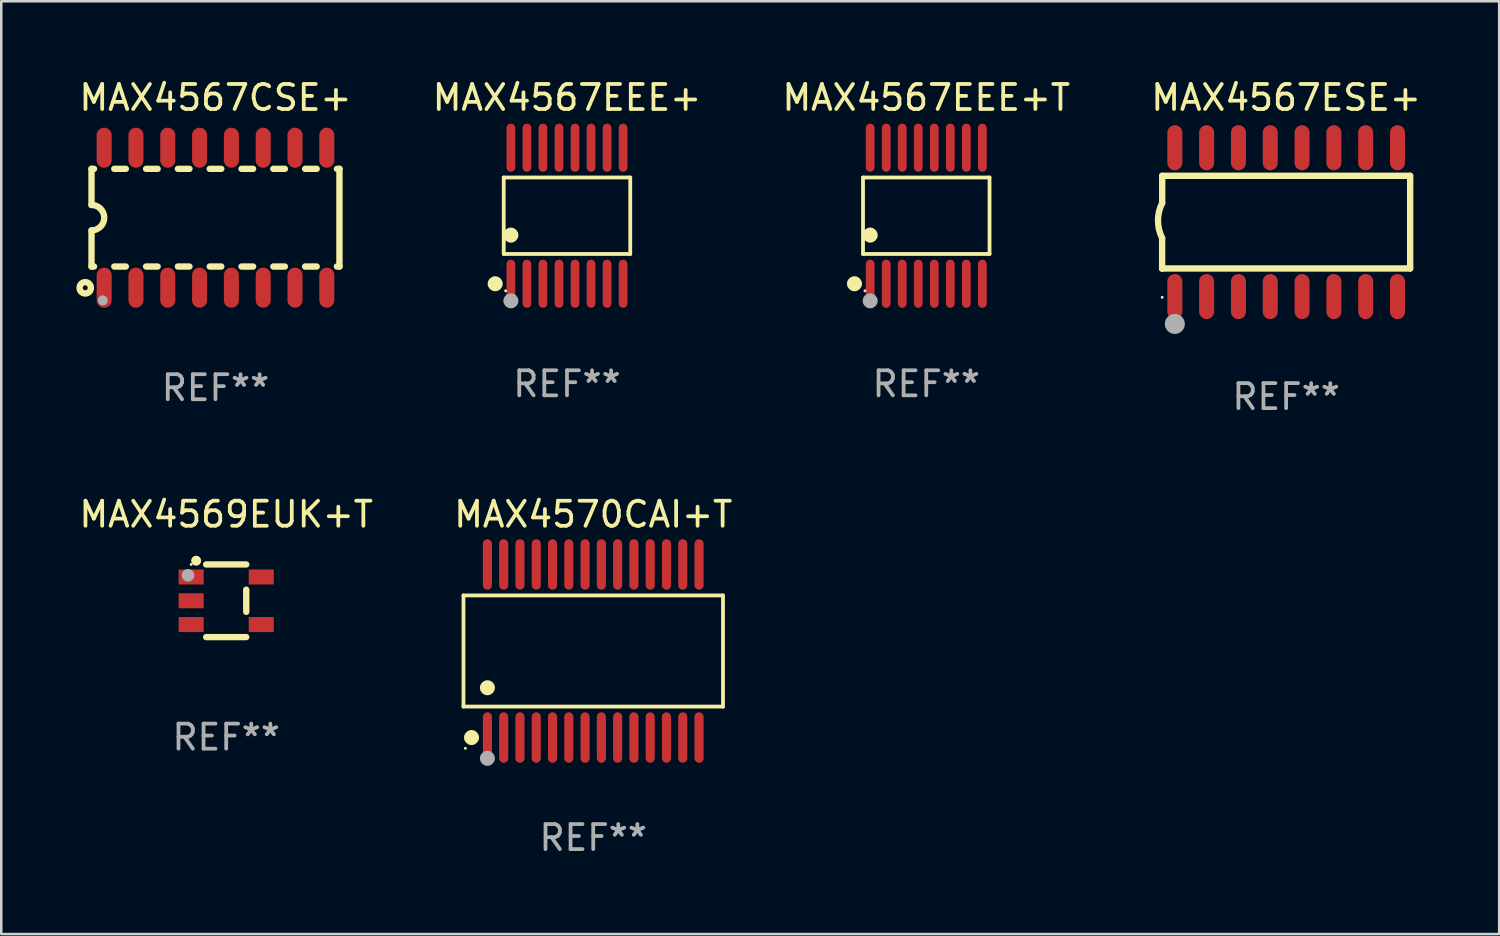
<source format=kicad_pcb>
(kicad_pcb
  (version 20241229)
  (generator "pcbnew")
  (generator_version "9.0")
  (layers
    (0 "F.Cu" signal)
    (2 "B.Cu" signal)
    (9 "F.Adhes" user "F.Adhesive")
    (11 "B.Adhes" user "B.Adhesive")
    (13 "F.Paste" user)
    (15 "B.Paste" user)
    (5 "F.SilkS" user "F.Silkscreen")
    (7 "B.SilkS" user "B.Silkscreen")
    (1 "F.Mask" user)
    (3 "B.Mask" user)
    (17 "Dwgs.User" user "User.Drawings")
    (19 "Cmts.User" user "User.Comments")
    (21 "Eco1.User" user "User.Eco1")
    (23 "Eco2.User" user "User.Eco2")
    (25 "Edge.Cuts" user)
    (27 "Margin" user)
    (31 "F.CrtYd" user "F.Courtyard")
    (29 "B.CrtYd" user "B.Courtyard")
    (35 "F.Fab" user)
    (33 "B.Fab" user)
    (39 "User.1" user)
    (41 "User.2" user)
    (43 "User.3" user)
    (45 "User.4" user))
  (footprint "MAX4567CSE+"
    (layer "F.Cu")
    (at 5.554 5.642)
    (property "Reference" "MAX4567CSE+" (at 0 -4.794 0) (layer "F.SilkS") (effects (font (size 1 1) (thickness 0.15))))
    (attr through_hole)
    (fp_line (start -4.95 -1.95) (end -4.95 -0.508) (stroke (width 0.254) (type solid)) (layer "F.SilkS"))
    (fp_line (start -4.95 -1.95) (end -4.849 -1.95) (stroke (width 0.254) (type solid)) (layer "F.SilkS"))
    (fp_line (start -4.95 1.95) (end -4.95 0.508) (stroke (width 0.254) (type solid)) (layer "F.SilkS"))
    (fp_line (start -4.95 1.95) (end -4.849 1.95) (stroke (width 0.254) (type solid)) (layer "F.SilkS"))
    (fp_line (start -4.041 -1.95) (end -3.579 -1.95) (stroke (width 0.254) (type solid)) (layer "F.SilkS"))
    (fp_line (start -4.041 1.95) (end -3.579 1.95) (stroke (width 0.254) (type solid)) (layer "F.SilkS"))
    (fp_line (start -2.771 -1.95) (end -2.309 -1.95) (stroke (width 0.254) (type solid)) (layer "F.SilkS"))
    (fp_line (start -2.771 1.95) (end -2.309 1.95) (stroke (width 0.254) (type solid)) (layer "F.SilkS"))
    (fp_line (start -1.501 -1.95) (end -1.039 -1.95) (stroke (width 0.254) (type solid)) (layer "F.SilkS"))
    (fp_line (start -1.501 1.95) (end -1.039 1.95) (stroke (width 0.254) (type solid)) (layer "F.SilkS"))
    (fp_line (start -0.231 -1.95) (end 0.231 -1.95) (stroke (width 0.254) (type solid)) (layer "F.SilkS"))
    (fp_line (start -0.231 1.95) (end 0.231 1.95) (stroke (width 0.254) (type solid)) (layer "F.SilkS"))
    (fp_line (start 1.039 -1.95) (end 1.501 -1.95) (stroke (width 0.254) (type solid)) (layer "F.SilkS"))
    (fp_line (start 1.039 1.95) (end 1.501 1.95) (stroke (width 0.254) (type solid)) (layer "F.SilkS"))
    (fp_line (start 2.309 -1.95) (end 2.771 -1.95) (stroke (width 0.254) (type solid)) (layer "F.SilkS"))
    (fp_line (start 2.309 1.95) (end 2.771 1.95) (stroke (width 0.254) (type solid)) (layer "F.SilkS"))
    (fp_line (start 3.579 -1.95) (end 4.041 -1.95) (stroke (width 0.254) (type solid)) (layer "F.SilkS"))
    (fp_line (start 3.579 1.95) (end 4.041 1.95) (stroke (width 0.254) (type solid)) (layer "F.SilkS"))
    (fp_line (start 4.849 -1.95) (end 4.95 -1.95) (stroke (width 0.254) (type solid)) (layer "F.SilkS"))
    (fp_line (start 4.849 1.95) (end 4.95 1.95) (stroke (width 0.254) (type solid)) (layer "F.SilkS"))
    (fp_line (start 4.95 -1.95) (end 4.95 1.95) (stroke (width 0.254) (type solid)) (layer "F.SilkS"))
    (fp_arc (start -4.95047 -0.508001) (mid -4.442469 -0.000228) (end -4.950013 0.508001) (stroke (width 0.254001) (type solid)) (layer "F.SilkS"))
    (fp_circle (center -5.2 2.8) (end -5.1 2.8) (stroke (width 0.254) (type solid)) (fill no) (layer "F.SilkS"))
    (fp_circle (center -4.95 2.947) (end -4.92 2.947) (stroke (width 0.06) (type solid)) (fill no) (layer "F.SilkS"))
    (fp_circle (center -4.5 3.3) (end -4.4 3.3) (stroke (width 0.2) (type solid)) (fill no) (layer "F.Fab"))
    (fp_text user "REF**" (at 0 6.794 0) (layer "F.Fab") (effects (font (size 1 1) (thickness 0.15))))
    (pad "1" smd oval (at -4.445 2.794) (size 0.6 1.6) (layers "F.Cu" "F.Mask" "F.Paste"))
    (pad "2" smd oval (at -3.175 2.794) (size 0.6 1.6) (layers "F.Cu" "F.Mask" "F.Paste"))
    (pad "3" smd oval (at -1.905 2.794) (size 0.6 1.6) (layers "F.Cu" "F.Mask" "F.Paste"))
    (pad "4" smd oval (at -0.635 2.794) (size 0.6 1.6) (layers "F.Cu" "F.Mask" "F.Paste"))
    (pad "5" smd oval (at 0.635 2.794) (size 0.6 1.6) (layers "F.Cu" "F.Mask" "F.Paste"))
    (pad "6" smd oval (at 1.905 2.794) (size 0.6 1.6) (layers "F.Cu" "F.Mask" "F.Paste"))
    (pad "7" smd oval (at 3.175 2.794) (size 0.6 1.6) (layers "F.Cu" "F.Mask" "F.Paste"))
    (pad "8" smd oval (at 4.445 2.794) (size 0.6 1.6) (layers "F.Cu" "F.Mask" "F.Paste"))
    (pad "9" smd oval (at 4.445 -2.794) (size 0.6 1.6) (layers "F.Cu" "F.Mask" "F.Paste"))
    (pad "10" smd oval (at 3.175 -2.794) (size 0.6 1.6) (layers "F.Cu" "F.Mask" "F.Paste"))
    (pad "11" smd oval (at 1.905 -2.794) (size 0.6 1.6) (layers "F.Cu" "F.Mask" "F.Paste"))
    (pad "12" smd oval (at 0.635 -2.794) (size 0.6 1.6) (layers "F.Cu" "F.Mask" "F.Paste"))
    (pad "13" smd oval (at -0.635 -2.794) (size 0.6 1.6) (layers "F.Cu" "F.Mask" "F.Paste"))
    (pad "14" smd oval (at -1.905 -2.794) (size 0.6 1.6) (layers "F.Cu" "F.Mask" "F.Paste"))
    (pad "15" smd oval (at -3.175 -2.794) (size 0.6 1.6) (layers "F.Cu" "F.Mask" "F.Paste"))
    (pad "16" smd oval (at -4.445 -2.794) (size 0.6 1.6) (layers "F.Cu" "F.Mask" "F.Paste")))
  (footprint "MAX4569EUK+T"
    (layer "F.Cu")
    (at 5.982 20.938)
    (property "Reference" "MAX4569EUK+T" (at 0 -3.45 0) (layer "F.SilkS") (effects (font (size 1 1) (thickness 0.15))))
    (attr through_hole)
    (fp_line (start 0.8 -1.45) (end -0.8 -1.45) (stroke (width 0.254) (type solid)) (layer "F.SilkS"))
    (fp_line (start 0.8 -0.442) (end 0.8 0.442) (stroke (width 0.254) (type solid)) (layer "F.SilkS"))
    (fp_line (start 0.8 1.45) (end -0.8 1.45) (stroke (width 0.254) (type solid)) (layer "F.SilkS"))
    (fp_circle (center -1.4 -1.45) (end -1.37 -1.45) (stroke (width 0.06) (type solid)) (fill no) (layer "F.SilkS"))
    (fp_circle (center -1.2 -1.6) (end -1.1 -1.6) (stroke (width 0.2) (type solid)) (fill no) (layer "F.SilkS"))
    (fp_circle (center -1.524 -1.016) (end -1.397 -1.016) (stroke (width 0.254) (type solid)) (fill no) (layer "F.Fab"))
    (fp_text user "REF**" (at 0 5.45 0) (layer "F.Fab") (effects (font (size 1 1) (thickness 0.15))))
    (pad "1" smd rect (at -1.4 -0.95 180) (size 1 0.6) (layers "F.Cu" "F.Mask" "F.Paste"))
    (pad "2" smd rect (at -1.4 0.000114 180) (size 1 0.6) (layers "F.Cu" "F.Mask" "F.Paste"))
    (pad "3" smd rect (at -1.4 0.95 180) (size 1 0.6) (layers "F.Cu" "F.Mask" "F.Paste"))
    (pad "4" smd rect (at 1.4 0.95) (size 1 0.6) (layers "F.Cu" "F.Mask" "F.Paste"))
    (pad "5" smd rect (at 1.4 -0.95) (size 1 0.6) (layers "F.Cu" "F.Mask" "F.Paste")))
  (footprint "MAX4567EEE+T"
    (layer "F.Cu")
    (at 33.935 5.564)
    (property "Reference" "MAX4567EEE+T" (at 0 -4.716 0) (layer "F.SilkS") (effects (font (size 1 1) (thickness 0.15))))
    (attr through_hole)
    (fp_line (start -2.526 -1.526) (end 2.526 -1.526) (stroke (width 0.152) (type solid)) (layer "F.SilkS"))
    (fp_line (start -2.526 1.526) (end -2.526 -1.526) (stroke (width 0.152) (type solid)) (layer "F.SilkS"))
    (fp_line (start 2.526 -1.526) (end 2.526 1.526) (stroke (width 0.152) (type solid)) (layer "F.SilkS"))
    (fp_line (start 2.526 1.526) (end -2.526 1.526) (stroke (width 0.152) (type solid)) (layer "F.SilkS"))
    (fp_circle (center -2.867 2.716) (end -2.717 2.716) (stroke (width 0.3) (type solid)) (fill no) (layer "F.SilkS"))
    (fp_circle (center -2.45 2.997) (end -2.42 2.997) (stroke (width 0.06) (type solid)) (fill no) (layer "F.SilkS"))
    (fp_circle (center -2.24 0.774) (end -2.09 0.774) (stroke (width 0.3) (type solid)) (fill no) (layer "F.SilkS"))
    (fp_circle (center -2.24 3.398) (end -2.09 3.398) (stroke (width 0.3) (type solid)) (fill no) (layer "F.Fab"))
    (fp_text user "REF**" (at 0 6.716 0) (layer "F.Fab") (effects (font (size 1 1) (thickness 0.15))))
    (pad "1" smd oval (at -2.24 2.716) (size 0.35 1.922) (layers "F.Cu" "F.Mask" "F.Paste"))
    (pad "2" smd oval (at -1.6 2.716) (size 0.35 1.922) (layers "F.Cu" "F.Mask" "F.Paste"))
    (pad "3" smd oval (at -0.96 2.716) (size 0.35 1.922) (layers "F.Cu" "F.Mask" "F.Paste"))
    (pad "4" smd oval (at -0.32 2.716) (size 0.35 1.922) (layers "F.Cu" "F.Mask" "F.Paste"))
    (pad "5" smd oval (at 0.32 2.716) (size 0.35 1.922) (layers "F.Cu" "F.Mask" "F.Paste"))
    (pad "6" smd oval (at 0.96 2.716) (size 0.35 1.922) (layers "F.Cu" "F.Mask" "F.Paste"))
    (pad "7" smd oval (at 1.6 2.716) (size 0.35 1.922) (layers "F.Cu" "F.Mask" "F.Paste"))
    (pad "8" smd oval (at 2.24 2.716) (size 0.35 1.922) (layers "F.Cu" "F.Mask" "F.Paste"))
    (pad "9" smd oval (at 2.24 -2.716) (size 0.35 1.922) (layers "F.Cu" "F.Mask" "F.Paste"))
    (pad "10" smd oval (at 1.6 -2.716) (size 0.35 1.922) (layers "F.Cu" "F.Mask" "F.Paste"))
    (pad "11" smd oval (at 0.96 -2.716) (size 0.35 1.922) (layers "F.Cu" "F.Mask" "F.Paste"))
    (pad "12" smd oval (at 0.32 -2.716) (size 0.35 1.922) (layers "F.Cu" "F.Mask" "F.Paste"))
    (pad "13" smd oval (at -0.32 -2.716) (size 0.35 1.922) (layers "F.Cu" "F.Mask" "F.Paste"))
    (pad "14" smd oval (at -0.96 -2.716) (size 0.35 1.922) (layers "F.Cu" "F.Mask" "F.Paste"))
    (pad "15" smd oval (at -1.6 -2.716) (size 0.35 1.922) (layers "F.Cu" "F.Mask" "F.Paste"))
    (pad "16" smd oval (at -2.24 -2.716) (size 0.35 1.922) (layers "F.Cu" "F.Mask" "F.Paste")))
  (footprint "MAX4567ESE+"
    (layer "F.Cu")
    (at 48.304 5.82)
    (property "Reference" "MAX4567ESE+" (at 0 -4.972 0) (layer "F.SilkS") (effects (font (size 1 1) (thickness 0.15))))
    (attr through_hole)
    (fp_line (start -4.952 0.635) (end -4.952 1.85) (stroke (width 0.254) (type solid)) (layer "F.SilkS"))
    (fp_line (start -4.952 1.85) (end -4.949 1.85) (stroke (width 0.254) (type solid)) (layer "F.SilkS"))
    (fp_line (start -4.949 -1.85) (end -4.949 -0.762) (stroke (width 0.254) (type solid)) (layer "F.SilkS"))
    (fp_line (start -4.949 1.85) (end 4.952 1.85) (stroke (width 0.254) (type solid)) (layer "F.SilkS"))
    (fp_line (start 4.952 -1.85) (end -4.949 -1.85) (stroke (width 0.254) (type solid)) (layer "F.SilkS"))
    (fp_line (start 4.952 1.85) (end 4.952 -1.85) (stroke (width 0.254) (type solid)) (layer "F.SilkS"))
    (fp_arc (start -4.951524 0.635001) (mid -5.116418 -0.0635) (end -4.951524 -0.762002) (stroke (width 0.254001) (type solid)) (layer "F.SilkS"))
    (fp_circle (center -4.949 3) (end -4.919 3) (stroke (width 0.06) (type solid)) (fill no) (layer "F.SilkS"))
    (fp_circle (center -4.444 4.064) (end -4.244 4.064) (stroke (width 0.4) (type solid)) (fill no) (layer "F.Fab"))
    (fp_text user "REF**" (at 0 6.972 0) (layer "F.Fab") (effects (font (size 1 1) (thickness 0.15))))
    (pad "1" smd oval (at -4.444 2.972 180) (size 0.6 1.8) (layers "F.Cu" "F.Mask" "F.Paste"))
    (pad "2" smd oval (at -3.174 2.972 180) (size 0.6 1.8) (layers "F.Cu" "F.Mask" "F.Paste"))
    (pad "3" smd oval (at -1.904 2.972 180) (size 0.6 1.8) (layers "F.Cu" "F.Mask" "F.Paste"))
    (pad "4" smd oval (at -0.634 2.972 180) (size 0.6 1.8) (layers "F.Cu" "F.Mask" "F.Paste"))
    (pad "5" smd oval (at 0.636 2.972 180) (size 0.6 1.8) (layers "F.Cu" "F.Mask" "F.Paste"))
    (pad "6" smd oval (at 1.906 2.972 180) (size 0.6 1.8) (layers "F.Cu" "F.Mask" "F.Paste"))
    (pad "7" smd oval (at 3.176 2.972 180) (size 0.6 1.8) (layers "F.Cu" "F.Mask" "F.Paste"))
    (pad "8" smd oval (at 4.446 2.972 180) (size 0.6 1.8) (layers "F.Cu" "F.Mask" "F.Paste"))
    (pad "9" smd oval (at 4.446 -2.972 180) (size 0.6 1.8) (layers "F.Cu" "F.Mask" "F.Paste"))
    (pad "10" smd oval (at 3.176 -2.972 180) (size 0.6 1.8) (layers "F.Cu" "F.Mask" "F.Paste"))
    (pad "11" smd oval (at 1.906 -2.972 180) (size 0.6 1.8) (layers "F.Cu" "F.Mask" "F.Paste"))
    (pad "12" smd oval (at 0.636 -2.972 180) (size 0.6 1.8) (layers "F.Cu" "F.Mask" "F.Paste"))
    (pad "13" smd oval (at -0.634 -2.972 180) (size 0.6 1.8) (layers "F.Cu" "F.Mask" "F.Paste"))
    (pad "14" smd oval (at -1.904 -2.972 180) (size 0.6 1.8) (layers "F.Cu" "F.Mask" "F.Paste"))
    (pad "15" smd oval (at -3.174 -2.972 180) (size 0.6 1.8) (layers "F.Cu" "F.Mask" "F.Paste"))
    (pad "16" smd oval (at -4.444 -2.972 180) (size 0.6 1.8) (layers "F.Cu" "F.Mask" "F.Paste")))
  (footprint "MAX4567EEE+"
    (layer "F.Cu")
    (at 19.589 5.564)
    (property "Reference" "MAX4567EEE+" (at 0 -4.716 0) (layer "F.SilkS") (effects (font (size 1 1) (thickness 0.15))))
    (attr through_hole)
    (fp_line (start -2.526 -1.526) (end 2.526 -1.526) (stroke (width 0.152) (type solid)) (layer "F.SilkS"))
    (fp_line (start -2.526 1.526) (end -2.526 -1.526) (stroke (width 0.152) (type solid)) (layer "F.SilkS"))
    (fp_line (start 2.526 -1.526) (end 2.526 1.526) (stroke (width 0.152) (type solid)) (layer "F.SilkS"))
    (fp_line (start 2.526 1.526) (end -2.526 1.526) (stroke (width 0.152) (type solid)) (layer "F.SilkS"))
    (fp_circle (center -2.867 2.716) (end -2.717 2.716) (stroke (width 0.3) (type solid)) (fill no) (layer "F.SilkS"))
    (fp_circle (center -2.45 2.997) (end -2.42 2.997) (stroke (width 0.06) (type solid)) (fill no) (layer "F.SilkS"))
    (fp_circle (center -2.24 0.774) (end -2.09 0.774) (stroke (width 0.3) (type solid)) (fill no) (layer "F.SilkS"))
    (fp_circle (center -2.24 3.398) (end -2.09 3.398) (stroke (width 0.3) (type solid)) (fill no) (layer "F.Fab"))
    (fp_text user "REF**" (at 0 6.716 0) (layer "F.Fab") (effects (font (size 1 1) (thickness 0.15))))
    (pad "1" smd oval (at -2.24 2.716) (size 0.35 1.922) (layers "F.Cu" "F.Mask" "F.Paste"))
    (pad "2" smd oval (at -1.6 2.716) (size 0.35 1.922) (layers "F.Cu" "F.Mask" "F.Paste"))
    (pad "3" smd oval (at -0.96 2.716) (size 0.35 1.922) (layers "F.Cu" "F.Mask" "F.Paste"))
    (pad "4" smd oval (at -0.32 2.716) (size 0.35 1.922) (layers "F.Cu" "F.Mask" "F.Paste"))
    (pad "5" smd oval (at 0.32 2.716) (size 0.35 1.922) (layers "F.Cu" "F.Mask" "F.Paste"))
    (pad "6" smd oval (at 0.96 2.716) (size 0.35 1.922) (layers "F.Cu" "F.Mask" "F.Paste"))
    (pad "7" smd oval (at 1.6 2.716) (size 0.35 1.922) (layers "F.Cu" "F.Mask" "F.Paste"))
    (pad "8" smd oval (at 2.24 2.716) (size 0.35 1.922) (layers "F.Cu" "F.Mask" "F.Paste"))
    (pad "9" smd oval (at 2.24 -2.716) (size 0.35 1.922) (layers "F.Cu" "F.Mask" "F.Paste"))
    (pad "10" smd oval (at 1.6 -2.716) (size 0.35 1.922) (layers "F.Cu" "F.Mask" "F.Paste"))
    (pad "11" smd oval (at 0.96 -2.716) (size 0.35 1.922) (layers "F.Cu" "F.Mask" "F.Paste"))
    (pad "12" smd oval (at 0.32 -2.716) (size 0.35 1.922) (layers "F.Cu" "F.Mask" "F.Paste"))
    (pad "13" smd oval (at -0.32 -2.716) (size 0.35 1.922) (layers "F.Cu" "F.Mask" "F.Paste"))
    (pad "14" smd oval (at -0.96 -2.716) (size 0.35 1.922) (layers "F.Cu" "F.Mask" "F.Paste"))
    (pad "15" smd oval (at -1.6 -2.716) (size 0.35 1.922) (layers "F.Cu" "F.Mask" "F.Paste"))
    (pad "16" smd oval (at -2.24 -2.716) (size 0.35 1.922) (layers "F.Cu" "F.Mask" "F.Paste")))
  (footprint "MAX4570CAI+T"
    (layer "F.Cu")
    (at 20.637 22.944)
    (property "Reference" "MAX4570CAI+T" (at 0 -5.455 0) (layer "F.SilkS") (effects (font (size 1 1) (thickness 0.15))))
    (attr through_hole)
    (fp_line (start -5.181 -2.219) (end 5.181 -2.219) (stroke (width 0.152) (type solid)) (layer "F.SilkS"))
    (fp_line (start -5.181 2.219) (end -5.181 -2.219) (stroke (width 0.152) (type solid)) (layer "F.SilkS"))
    (fp_line (start 5.181 -2.219) (end 5.181 2.219) (stroke (width 0.152) (type solid)) (layer "F.SilkS"))
    (fp_line (start 5.181 2.219) (end -5.181 2.219) (stroke (width 0.152) (type solid)) (layer "F.SilkS"))
    (fp_circle (center -5.105 3.885) (end -5.075 3.885) (stroke (width 0.06) (type solid)) (fill no) (layer "F.SilkS"))
    (fp_circle (center -4.859 3.455) (end -4.709 3.455) (stroke (width 0.3) (type solid)) (fill no) (layer "F.SilkS"))
    (fp_circle (center -4.225 1.467) (end -4.075 1.467) (stroke (width 0.3) (type solid)) (fill no) (layer "F.SilkS"))
    (fp_circle (center -4.225 4.285) (end -4.075 4.285) (stroke (width 0.3) (type solid)) (fill no) (layer "F.Fab"))
    (fp_text user "REF**" (at 0 7.455 0) (layer "F.Fab") (effects (font (size 1 1) (thickness 0.15))))
    (pad "1" smd oval (at -4.225 3.455) (size 0.364 2.015) (layers "F.Cu" "F.Mask" "F.Paste"))
    (pad "2" smd oval (at -3.575 3.455) (size 0.364 2.015) (layers "F.Cu" "F.Mask" "F.Paste"))
    (pad "3" smd oval (at -2.925 3.455) (size 0.364 2.015) (layers "F.Cu" "F.Mask" "F.Paste"))
    (pad "4" smd oval (at -2.275 3.455) (size 0.364 2.015) (layers "F.Cu" "F.Mask" "F.Paste"))
    (pad "5" smd oval (at -1.625 3.455) (size 0.364 2.015) (layers "F.Cu" "F.Mask" "F.Paste"))
    (pad "6" smd oval (at -0.975 3.455) (size 0.364 2.015) (layers "F.Cu" "F.Mask" "F.Paste"))
    (pad "7" smd oval (at -0.325 3.455) (size 0.364 2.015) (layers "F.Cu" "F.Mask" "F.Paste"))
    (pad "8" smd oval (at 0.325 3.455) (size 0.364 2.015) (layers "F.Cu" "F.Mask" "F.Paste"))
    (pad "9" smd oval (at 0.975 3.455) (size 0.364 2.015) (layers "F.Cu" "F.Mask" "F.Paste"))
    (pad "10" smd oval (at 1.625 3.455) (size 0.364 2.015) (layers "F.Cu" "F.Mask" "F.Paste"))
    (pad "11" smd oval (at 2.275 3.455) (size 0.364 2.015) (layers "F.Cu" "F.Mask" "F.Paste"))
    (pad "12" smd oval (at 2.925 3.455) (size 0.364 2.015) (layers "F.Cu" "F.Mask" "F.Paste"))
    (pad "13" smd oval (at 3.575 3.455) (size 0.364 2.015) (layers "F.Cu" "F.Mask" "F.Paste"))
    (pad "14" smd oval (at 4.225 3.455) (size 0.364 2.015) (layers "F.Cu" "F.Mask" "F.Paste"))
    (pad "15" smd oval (at 4.225 -3.455) (size 0.364 2.015) (layers "F.Cu" "F.Mask" "F.Paste"))
    (pad "16" smd oval (at 3.575 -3.455) (size 0.364 2.015) (layers "F.Cu" "F.Mask" "F.Paste"))
    (pad "17" smd oval (at 2.925 -3.455) (size 0.364 2.015) (layers "F.Cu" "F.Mask" "F.Paste"))
    (pad "18" smd oval (at 2.275 -3.455) (size 0.364 2.015) (layers "F.Cu" "F.Mask" "F.Paste"))
    (pad "19" smd oval (at 1.625 -3.455) (size 0.364 2.015) (layers "F.Cu" "F.Mask" "F.Paste"))
    (pad "20" smd oval (at 0.975 -3.455) (size 0.364 2.015) (layers "F.Cu" "F.Mask" "F.Paste"))
    (pad "21" smd oval (at 0.325 -3.455) (size 0.364 2.015) (layers "F.Cu" "F.Mask" "F.Paste"))
    (pad "22" smd oval (at -0.325 -3.455) (size 0.364 2.015) (layers "F.Cu" "F.Mask" "F.Paste"))
    (pad "23" smd oval (at -0.975 -3.455) (size 0.364 2.015) (layers "F.Cu" "F.Mask" "F.Paste"))
    (pad "24" smd oval (at -1.625 -3.455) (size 0.364 2.015) (layers "F.Cu" "F.Mask" "F.Paste"))
    (pad "25" smd oval (at -2.275 -3.455) (size 0.364 2.015) (layers "F.Cu" "F.Mask" "F.Paste"))
    (pad "26" smd oval (at -2.925 -3.455) (size 0.364 2.015) (layers "F.Cu" "F.Mask" "F.Paste"))
    (pad "27" smd oval (at -3.575 -3.455) (size 0.364 2.015) (layers "F.Cu" "F.Mask" "F.Paste"))
    (pad "28" smd oval (at -4.225 -3.455) (size 0.364 2.015) (layers "F.Cu" "F.Mask" "F.Paste")))
  (gr_rect
    (start -3 -3)
    (end 56.81 34.247)
    (stroke (width 0.1) (type default))
    (fill no)
    (layer "Edge.Cuts")))
</source>
